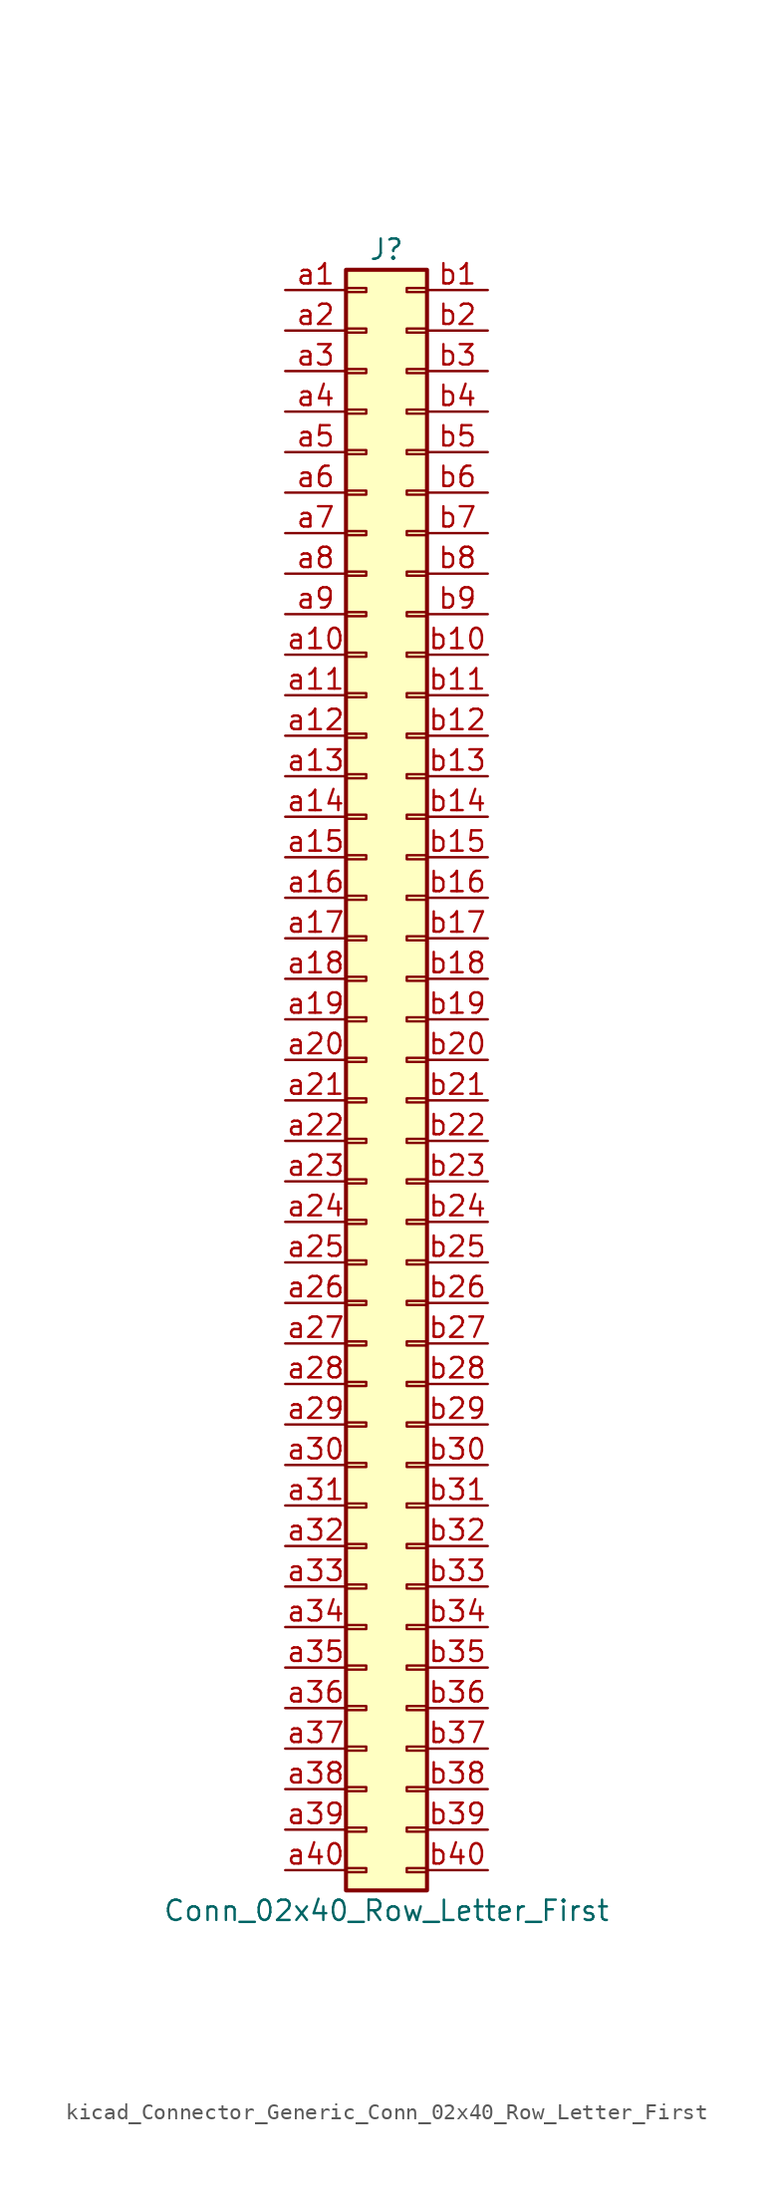
<source format=kicad_sym>
(kicad_symbol_lib
  (version 20220914)
  (generator kicad_symbol_editor)
  (symbol "kicad_Connector_Generic_Conn_02x40_Row_Letter_First"
    (pin_names
      (offset 1.016) hide)
    (property "Reference" "J"
      (at 1.27 50.8 0)
      (effects (font (size 1.27 1.27))))
    (property "Value" "Conn_02x40_Row_Letter_First"
      (at 1.27 -53.34 0)
      (effects (font (size 1.27 1.27))))
    (symbol "kicad_Connector_Generic_Conn_02x40_Row_Letter_First_1_1"
      (rectangle (start -1.27 -50.673) (end 0 -50.927) (stroke (width 0.152) (type default)) (fill (type none)))
      (rectangle (start -1.27 -48.133) (end 0 -48.387) (stroke (width 0.152) (type default)) (fill (type none)))
      (rectangle (start -1.27 -45.593) (end 0 -45.847) (stroke (width 0.152) (type default)) (fill (type none)))
      (rectangle (start -1.27 -43.053) (end 0 -43.307) (stroke (width 0.152) (type default)) (fill (type none)))
      (rectangle (start -1.27 -40.513) (end 0 -40.767) (stroke (width 0.152) (type default)) (fill (type none)))
      (rectangle (start -1.27 -37.973) (end 0 -38.227) (stroke (width 0.152) (type default)) (fill (type none)))
      (rectangle (start -1.27 -35.433) (end 0 -35.687) (stroke (width 0.152) (type default)) (fill (type none)))
      (rectangle (start -1.27 -32.893) (end 0 -33.147) (stroke (width 0.152) (type default)) (fill (type none)))
      (rectangle (start -1.27 -30.353) (end 0 -30.607) (stroke (width 0.152) (type default)) (fill (type none)))
      (rectangle (start -1.27 -27.813) (end 0 -28.067) (stroke (width 0.152) (type default)) (fill (type none)))
      (rectangle (start -1.27 -25.273) (end 0 -25.527) (stroke (width 0.152) (type default)) (fill (type none)))
      (rectangle (start -1.27 -22.733) (end 0 -22.987) (stroke (width 0.152) (type default)) (fill (type none)))
      (rectangle (start -1.27 -20.193) (end 0 -20.447) (stroke (width 0.152) (type default)) (fill (type none)))
      (rectangle (start -1.27 -17.653) (end 0 -17.907) (stroke (width 0.152) (type default)) (fill (type none)))
      (rectangle (start -1.27 -15.113) (end 0 -15.367) (stroke (width 0.152) (type default)) (fill (type none)))
      (rectangle (start -1.27 -12.573) (end 0 -12.827) (stroke (width 0.152) (type default)) (fill (type none)))
      (rectangle (start -1.27 -10.033) (end 0 -10.287) (stroke (width 0.152) (type default)) (fill (type none)))
      (rectangle (start -1.27 -7.493) (end 0 -7.747) (stroke (width 0.152) (type default)) (fill (type none)))
      (rectangle (start -1.27 -4.953) (end 0 -5.207) (stroke (width 0.152) (type default)) (fill (type none)))
      (rectangle (start -1.27 -2.413) (end 0 -2.667) (stroke (width 0.152) (type default)) (fill (type none)))
      (rectangle (start -1.27 0.127) (end 0 -0.127) (stroke (width 0.152) (type default)) (fill (type none)))
      (rectangle (start -1.27 2.667) (end 0 2.413) (stroke (width 0.152) (type default)) (fill (type none)))
      (rectangle (start -1.27 5.207) (end 0 4.953) (stroke (width 0.152) (type default)) (fill (type none)))
      (rectangle (start -1.27 7.747) (end 0 7.493) (stroke (width 0.152) (type default)) (fill (type none)))
      (rectangle (start -1.27 10.287) (end 0 10.033) (stroke (width 0.152) (type default)) (fill (type none)))
      (rectangle (start -1.27 12.827) (end 0 12.573) (stroke (width 0.152) (type default)) (fill (type none)))
      (rectangle (start -1.27 15.367) (end 0 15.113) (stroke (width 0.152) (type default)) (fill (type none)))
      (rectangle (start -1.27 17.907) (end 0 17.653) (stroke (width 0.152) (type default)) (fill (type none)))
      (rectangle (start -1.27 20.447) (end 0 20.193) (stroke (width 0.152) (type default)) (fill (type none)))
      (rectangle (start -1.27 22.987) (end 0 22.733) (stroke (width 0.152) (type default)) (fill (type none)))
      (rectangle (start -1.27 25.527) (end 0 25.273) (stroke (width 0.152) (type default)) (fill (type none)))
      (rectangle (start -1.27 28.067) (end 0 27.813) (stroke (width 0.152) (type default)) (fill (type none)))
      (rectangle (start -1.27 30.607) (end 0 30.353) (stroke (width 0.152) (type default)) (fill (type none)))
      (rectangle (start -1.27 33.147) (end 0 32.893) (stroke (width 0.152) (type default)) (fill (type none)))
      (rectangle (start -1.27 35.687) (end 0 35.433) (stroke (width 0.152) (type default)) (fill (type none)))
      (rectangle (start -1.27 38.227) (end 0 37.973) (stroke (width 0.152) (type default)) (fill (type none)))
      (rectangle (start -1.27 40.767) (end 0 40.513) (stroke (width 0.152) (type default)) (fill (type none)))
      (rectangle (start -1.27 43.307) (end 0 43.053) (stroke (width 0.152) (type default)) (fill (type none)))
      (rectangle (start -1.27 45.847) (end 0 45.593) (stroke (width 0.152) (type default)) (fill (type none)))
      (rectangle (start -1.27 48.387) (end 0 48.133) (stroke (width 0.152) (type default)) (fill (type none)))
      (rectangle (start -1.27 49.53) (end 3.81 -52.07) (stroke (width 0.254) (type default)) (fill (type background)))
      (rectangle (start 3.81 -50.673) (end 2.54 -50.927) (stroke (width 0.152) (type default)) (fill (type none)))
      (rectangle (start 3.81 -48.133) (end 2.54 -48.387) (stroke (width 0.152) (type default)) (fill (type none)))
      (rectangle (start 3.81 -45.593) (end 2.54 -45.847) (stroke (width 0.152) (type default)) (fill (type none)))
      (rectangle (start 3.81 -43.053) (end 2.54 -43.307) (stroke (width 0.152) (type default)) (fill (type none)))
      (rectangle (start 3.81 -40.513) (end 2.54 -40.767) (stroke (width 0.152) (type default)) (fill (type none)))
      (rectangle (start 3.81 -37.973) (end 2.54 -38.227) (stroke (width 0.152) (type default)) (fill (type none)))
      (rectangle (start 3.81 -35.433) (end 2.54 -35.687) (stroke (width 0.152) (type default)) (fill (type none)))
      (rectangle (start 3.81 -32.893) (end 2.54 -33.147) (stroke (width 0.152) (type default)) (fill (type none)))
      (rectangle (start 3.81 -30.353) (end 2.54 -30.607) (stroke (width 0.152) (type default)) (fill (type none)))
      (rectangle (start 3.81 -27.813) (end 2.54 -28.067) (stroke (width 0.152) (type default)) (fill (type none)))
      (rectangle (start 3.81 -25.273) (end 2.54 -25.527) (stroke (width 0.152) (type default)) (fill (type none)))
      (rectangle (start 3.81 -22.733) (end 2.54 -22.987) (stroke (width 0.152) (type default)) (fill (type none)))
      (rectangle (start 3.81 -20.193) (end 2.54 -20.447) (stroke (width 0.152) (type default)) (fill (type none)))
      (rectangle (start 3.81 -17.653) (end 2.54 -17.907) (stroke (width 0.152) (type default)) (fill (type none)))
      (rectangle (start 3.81 -15.113) (end 2.54 -15.367) (stroke (width 0.152) (type default)) (fill (type none)))
      (rectangle (start 3.81 -12.573) (end 2.54 -12.827) (stroke (width 0.152) (type default)) (fill (type none)))
      (rectangle (start 3.81 -10.033) (end 2.54 -10.287) (stroke (width 0.152) (type default)) (fill (type none)))
      (rectangle (start 3.81 -7.493) (end 2.54 -7.747) (stroke (width 0.152) (type default)) (fill (type none)))
      (rectangle (start 3.81 -4.953) (end 2.54 -5.207) (stroke (width 0.152) (type default)) (fill (type none)))
      (rectangle (start 3.81 -2.413) (end 2.54 -2.667) (stroke (width 0.152) (type default)) (fill (type none)))
      (rectangle (start 3.81 0.127) (end 2.54 -0.127) (stroke (width 0.152) (type default)) (fill (type none)))
      (rectangle (start 3.81 2.667) (end 2.54 2.413) (stroke (width 0.152) (type default)) (fill (type none)))
      (rectangle (start 3.81 5.207) (end 2.54 4.953) (stroke (width 0.152) (type default)) (fill (type none)))
      (rectangle (start 3.81 7.747) (end 2.54 7.493) (stroke (width 0.152) (type default)) (fill (type none)))
      (rectangle (start 3.81 10.287) (end 2.54 10.033) (stroke (width 0.152) (type default)) (fill (type none)))
      (rectangle (start 3.81 12.827) (end 2.54 12.573) (stroke (width 0.152) (type default)) (fill (type none)))
      (rectangle (start 3.81 15.367) (end 2.54 15.113) (stroke (width 0.152) (type default)) (fill (type none)))
      (rectangle (start 3.81 17.907) (end 2.54 17.653) (stroke (width 0.152) (type default)) (fill (type none)))
      (rectangle (start 3.81 20.447) (end 2.54 20.193) (stroke (width 0.152) (type default)) (fill (type none)))
      (rectangle (start 3.81 22.987) (end 2.54 22.733) (stroke (width 0.152) (type default)) (fill (type none)))
      (rectangle (start 3.81 25.527) (end 2.54 25.273) (stroke (width 0.152) (type default)) (fill (type none)))
      (rectangle (start 3.81 28.067) (end 2.54 27.813) (stroke (width 0.152) (type default)) (fill (type none)))
      (rectangle (start 3.81 30.607) (end 2.54 30.353) (stroke (width 0.152) (type default)) (fill (type none)))
      (rectangle (start 3.81 33.147) (end 2.54 32.893) (stroke (width 0.152) (type default)) (fill (type none)))
      (rectangle (start 3.81 35.687) (end 2.54 35.433) (stroke (width 0.152) (type default)) (fill (type none)))
      (rectangle (start 3.81 38.227) (end 2.54 37.973) (stroke (width 0.152) (type default)) (fill (type none)))
      (rectangle (start 3.81 40.767) (end 2.54 40.513) (stroke (width 0.152) (type default)) (fill (type none)))
      (rectangle (start 3.81 43.307) (end 2.54 43.053) (stroke (width 0.152) (type default)) (fill (type none)))
      (rectangle (start 3.81 45.847) (end 2.54 45.593) (stroke (width 0.152) (type default)) (fill (type none)))
      (rectangle (start 3.81 48.387) (end 2.54 48.133) (stroke (width 0.152) (type default)) (fill (type none)))
      (pin passive line (at -5.08 48.26 0) (length 3.81) (name "Pin_a1" (effects (font (size 1.27 1.27)))) (number "a1" (effects (font (size 1.27 1.27)))))
      (pin passive line (at -5.08 25.4 0) (length 3.81) (name "Pin_a10" (effects (font (size 1.27 1.27)))) (number "a10" (effects (font (size 1.27 1.27)))))
      (pin passive line (at -5.08 22.86 0) (length 3.81) (name "Pin_a11" (effects (font (size 1.27 1.27)))) (number "a11" (effects (font (size 1.27 1.27)))))
      (pin passive line (at -5.08 20.32 0) (length 3.81) (name "Pin_a12" (effects (font (size 1.27 1.27)))) (number "a12" (effects (font (size 1.27 1.27)))))
      (pin passive line (at -5.08 17.78 0) (length 3.81) (name "Pin_a13" (effects (font (size 1.27 1.27)))) (number "a13" (effects (font (size 1.27 1.27)))))
      (pin passive line (at -5.08 15.24 0) (length 3.81) (name "Pin_a14" (effects (font (size 1.27 1.27)))) (number "a14" (effects (font (size 1.27 1.27)))))
      (pin passive line (at -5.08 12.7 0) (length 3.81) (name "Pin_a15" (effects (font (size 1.27 1.27)))) (number "a15" (effects (font (size 1.27 1.27)))))
      (pin passive line (at -5.08 10.16 0) (length 3.81) (name "Pin_a16" (effects (font (size 1.27 1.27)))) (number "a16" (effects (font (size 1.27 1.27)))))
      (pin passive line (at -5.08 7.62 0) (length 3.81) (name "Pin_a17" (effects (font (size 1.27 1.27)))) (number "a17" (effects (font (size 1.27 1.27)))))
      (pin passive line (at -5.08 5.08 0) (length 3.81) (name "Pin_a18" (effects (font (size 1.27 1.27)))) (number "a18" (effects (font (size 1.27 1.27)))))
      (pin passive line (at -5.08 2.54 0) (length 3.81) (name "Pin_a19" (effects (font (size 1.27 1.27)))) (number "a19" (effects (font (size 1.27 1.27)))))
      (pin passive line (at -5.08 45.72 0) (length 3.81) (name "Pin_a2" (effects (font (size 1.27 1.27)))) (number "a2" (effects (font (size 1.27 1.27)))))
      (pin passive line (at -5.08 0 0) (length 3.81) (name "Pin_a20" (effects (font (size 1.27 1.27)))) (number "a20" (effects (font (size 1.27 1.27)))))
      (pin passive line (at -5.08 -2.54 0) (length 3.81) (name "Pin_a21" (effects (font (size 1.27 1.27)))) (number "a21" (effects (font (size 1.27 1.27)))))
      (pin passive line (at -5.08 -5.08 0) (length 3.81) (name "Pin_a22" (effects (font (size 1.27 1.27)))) (number "a22" (effects (font (size 1.27 1.27)))))
      (pin passive line (at -5.08 -7.62 0) (length 3.81) (name "Pin_a23" (effects (font (size 1.27 1.27)))) (number "a23" (effects (font (size 1.27 1.27)))))
      (pin passive line (at -5.08 -10.16 0) (length 3.81) (name "Pin_a24" (effects (font (size 1.27 1.27)))) (number "a24" (effects (font (size 1.27 1.27)))))
      (pin passive line (at -5.08 -12.7 0) (length 3.81) (name "Pin_a25" (effects (font (size 1.27 1.27)))) (number "a25" (effects (font (size 1.27 1.27)))))
      (pin passive line (at -5.08 -15.24 0) (length 3.81) (name "Pin_a26" (effects (font (size 1.27 1.27)))) (number "a26" (effects (font (size 1.27 1.27)))))
      (pin passive line (at -5.08 -17.78 0) (length 3.81) (name "Pin_a27" (effects (font (size 1.27 1.27)))) (number "a27" (effects (font (size 1.27 1.27)))))
      (pin passive line (at -5.08 -20.32 0) (length 3.81) (name "Pin_a28" (effects (font (size 1.27 1.27)))) (number "a28" (effects (font (size 1.27 1.27)))))
      (pin passive line (at -5.08 -22.86 0) (length 3.81) (name "Pin_a29" (effects (font (size 1.27 1.27)))) (number "a29" (effects (font (size 1.27 1.27)))))
      (pin passive line (at -5.08 43.18 0) (length 3.81) (name "Pin_a3" (effects (font (size 1.27 1.27)))) (number "a3" (effects (font (size 1.27 1.27)))))
      (pin passive line (at -5.08 -25.4 0) (length 3.81) (name "Pin_a30" (effects (font (size 1.27 1.27)))) (number "a30" (effects (font (size 1.27 1.27)))))
      (pin passive line (at -5.08 -27.94 0) (length 3.81) (name "Pin_a31" (effects (font (size 1.27 1.27)))) (number "a31" (effects (font (size 1.27 1.27)))))
      (pin passive line (at -5.08 -30.48 0) (length 3.81) (name "Pin_a32" (effects (font (size 1.27 1.27)))) (number "a32" (effects (font (size 1.27 1.27)))))
      (pin passive line (at -5.08 -33.02 0) (length 3.81) (name "Pin_a33" (effects (font (size 1.27 1.27)))) (number "a33" (effects (font (size 1.27 1.27)))))
      (pin passive line (at -5.08 -35.56 0) (length 3.81) (name "Pin_a34" (effects (font (size 1.27 1.27)))) (number "a34" (effects (font (size 1.27 1.27)))))
      (pin passive line (at -5.08 -38.1 0) (length 3.81) (name "Pin_a35" (effects (font (size 1.27 1.27)))) (number "a35" (effects (font (size 1.27 1.27)))))
      (pin passive line (at -5.08 -40.64 0) (length 3.81) (name "Pin_a36" (effects (font (size 1.27 1.27)))) (number "a36" (effects (font (size 1.27 1.27)))))
      (pin passive line (at -5.08 -43.18 0) (length 3.81) (name "Pin_a37" (effects (font (size 1.27 1.27)))) (number "a37" (effects (font (size 1.27 1.27)))))
      (pin passive line (at -5.08 -45.72 0) (length 3.81) (name "Pin_a38" (effects (font (size 1.27 1.27)))) (number "a38" (effects (font (size 1.27 1.27)))))
      (pin passive line (at -5.08 -48.26 0) (length 3.81) (name "Pin_a39" (effects (font (size 1.27 1.27)))) (number "a39" (effects (font (size 1.27 1.27)))))
      (pin passive line (at -5.08 40.64 0) (length 3.81) (name "Pin_a4" (effects (font (size 1.27 1.27)))) (number "a4" (effects (font (size 1.27 1.27)))))
      (pin passive line (at -5.08 -50.8 0) (length 3.81) (name "Pin_a40" (effects (font (size 1.27 1.27)))) (number "a40" (effects (font (size 1.27 1.27)))))
      (pin passive line (at -5.08 38.1 0) (length 3.81) (name "Pin_a5" (effects (font (size 1.27 1.27)))) (number "a5" (effects (font (size 1.27 1.27)))))
      (pin passive line (at -5.08 35.56 0) (length 3.81) (name "Pin_a6" (effects (font (size 1.27 1.27)))) (number "a6" (effects (font (size 1.27 1.27)))))
      (pin passive line (at -5.08 33.02 0) (length 3.81) (name "Pin_a7" (effects (font (size 1.27 1.27)))) (number "a7" (effects (font (size 1.27 1.27)))))
      (pin passive line (at -5.08 30.48 0) (length 3.81) (name "Pin_a8" (effects (font (size 1.27 1.27)))) (number "a8" (effects (font (size 1.27 1.27)))))
      (pin passive line (at -5.08 27.94 0) (length 3.81) (name "Pin_a9" (effects (font (size 1.27 1.27)))) (number "a9" (effects (font (size 1.27 1.27)))))
      (pin passive line (at 7.62 48.26 180) (length 3.81) (name "Pin_b1" (effects (font (size 1.27 1.27)))) (number "b1" (effects (font (size 1.27 1.27)))))
      (pin passive line (at 7.62 25.4 180) (length 3.81) (name "Pin_b10" (effects (font (size 1.27 1.27)))) (number "b10" (effects (font (size 1.27 1.27)))))
      (pin passive line (at 7.62 22.86 180) (length 3.81) (name "Pin_b11" (effects (font (size 1.27 1.27)))) (number "b11" (effects (font (size 1.27 1.27)))))
      (pin passive line (at 7.62 20.32 180) (length 3.81) (name "Pin_b12" (effects (font (size 1.27 1.27)))) (number "b12" (effects (font (size 1.27 1.27)))))
      (pin passive line (at 7.62 17.78 180) (length 3.81) (name "Pin_b13" (effects (font (size 1.27 1.27)))) (number "b13" (effects (font (size 1.27 1.27)))))
      (pin passive line (at 7.62 15.24 180) (length 3.81) (name "Pin_b14" (effects (font (size 1.27 1.27)))) (number "b14" (effects (font (size 1.27 1.27)))))
      (pin passive line (at 7.62 12.7 180) (length 3.81) (name "Pin_b15" (effects (font (size 1.27 1.27)))) (number "b15" (effects (font (size 1.27 1.27)))))
      (pin passive line (at 7.62 10.16 180) (length 3.81) (name "Pin_b16" (effects (font (size 1.27 1.27)))) (number "b16" (effects (font (size 1.27 1.27)))))
      (pin passive line (at 7.62 7.62 180) (length 3.81) (name "Pin_b17" (effects (font (size 1.27 1.27)))) (number "b17" (effects (font (size 1.27 1.27)))))
      (pin passive line (at 7.62 5.08 180) (length 3.81) (name "Pin_b18" (effects (font (size 1.27 1.27)))) (number "b18" (effects (font (size 1.27 1.27)))))
      (pin passive line (at 7.62 2.54 180) (length 3.81) (name "Pin_b19" (effects (font (size 1.27 1.27)))) (number "b19" (effects (font (size 1.27 1.27)))))
      (pin passive line (at 7.62 45.72 180) (length 3.81) (name "Pin_b2" (effects (font (size 1.27 1.27)))) (number "b2" (effects (font (size 1.27 1.27)))))
      (pin passive line (at 7.62 0 180) (length 3.81) (name "Pin_b20" (effects (font (size 1.27 1.27)))) (number "b20" (effects (font (size 1.27 1.27)))))
      (pin passive line (at 7.62 -2.54 180) (length 3.81) (name "Pin_b21" (effects (font (size 1.27 1.27)))) (number "b21" (effects (font (size 1.27 1.27)))))
      (pin passive line (at 7.62 -5.08 180) (length 3.81) (name "Pin_b22" (effects (font (size 1.27 1.27)))) (number "b22" (effects (font (size 1.27 1.27)))))
      (pin passive line (at 7.62 -7.62 180) (length 3.81) (name "Pin_b23" (effects (font (size 1.27 1.27)))) (number "b23" (effects (font (size 1.27 1.27)))))
      (pin passive line (at 7.62 -10.16 180) (length 3.81) (name "Pin_b24" (effects (font (size 1.27 1.27)))) (number "b24" (effects (font (size 1.27 1.27)))))
      (pin passive line (at 7.62 -12.7 180) (length 3.81) (name "Pin_b25" (effects (font (size 1.27 1.27)))) (number "b25" (effects (font (size 1.27 1.27)))))
      (pin passive line (at 7.62 -15.24 180) (length 3.81) (name "Pin_b26" (effects (font (size 1.27 1.27)))) (number "b26" (effects (font (size 1.27 1.27)))))
      (pin passive line (at 7.62 -17.78 180) (length 3.81) (name "Pin_b27" (effects (font (size 1.27 1.27)))) (number "b27" (effects (font (size 1.27 1.27)))))
      (pin passive line (at 7.62 -20.32 180) (length 3.81) (name "Pin_b28" (effects (font (size 1.27 1.27)))) (number "b28" (effects (font (size 1.27 1.27)))))
      (pin passive line (at 7.62 -22.86 180) (length 3.81) (name "Pin_b29" (effects (font (size 1.27 1.27)))) (number "b29" (effects (font (size 1.27 1.27)))))
      (pin passive line (at 7.62 43.18 180) (length 3.81) (name "Pin_b3" (effects (font (size 1.27 1.27)))) (number "b3" (effects (font (size 1.27 1.27)))))
      (pin passive line (at 7.62 -25.4 180) (length 3.81) (name "Pin_b30" (effects (font (size 1.27 1.27)))) (number "b30" (effects (font (size 1.27 1.27)))))
      (pin passive line (at 7.62 -27.94 180) (length 3.81) (name "Pin_b31" (effects (font (size 1.27 1.27)))) (number "b31" (effects (font (size 1.27 1.27)))))
      (pin passive line (at 7.62 -30.48 180) (length 3.81) (name "Pin_b32" (effects (font (size 1.27 1.27)))) (number "b32" (effects (font (size 1.27 1.27)))))
      (pin passive line (at 7.62 -33.02 180) (length 3.81) (name "Pin_b33" (effects (font (size 1.27 1.27)))) (number "b33" (effects (font (size 1.27 1.27)))))
      (pin passive line (at 7.62 -35.56 180) (length 3.81) (name "Pin_b34" (effects (font (size 1.27 1.27)))) (number "b34" (effects (font (size 1.27 1.27)))))
      (pin passive line (at 7.62 -38.1 180) (length 3.81) (name "Pin_b35" (effects (font (size 1.27 1.27)))) (number "b35" (effects (font (size 1.27 1.27)))))
      (pin passive line (at 7.62 -40.64 180) (length 3.81) (name "Pin_b36" (effects (font (size 1.27 1.27)))) (number "b36" (effects (font (size 1.27 1.27)))))
      (pin passive line (at 7.62 -43.18 180) (length 3.81) (name "Pin_b37" (effects (font (size 1.27 1.27)))) (number "b37" (effects (font (size 1.27 1.27)))))
      (pin passive line (at 7.62 -45.72 180) (length 3.81) (name "Pin_b38" (effects (font (size 1.27 1.27)))) (number "b38" (effects (font (size 1.27 1.27)))))
      (pin passive line (at 7.62 -48.26 180) (length 3.81) (name "Pin_b39" (effects (font (size 1.27 1.27)))) (number "b39" (effects (font (size 1.27 1.27)))))
      (pin passive line (at 7.62 40.64 180) (length 3.81) (name "Pin_b4" (effects (font (size 1.27 1.27)))) (number "b4" (effects (font (size 1.27 1.27)))))
      (pin passive line (at 7.62 -50.8 180) (length 3.81) (name "Pin_b40" (effects (font (size 1.27 1.27)))) (number "b40" (effects (font (size 1.27 1.27)))))
      (pin passive line (at 7.62 38.1 180) (length 3.81) (name "Pin_b5" (effects (font (size 1.27 1.27)))) (number "b5" (effects (font (size 1.27 1.27)))))
      (pin passive line (at 7.62 35.56 180) (length 3.81) (name "Pin_b6" (effects (font (size 1.27 1.27)))) (number "b6" (effects (font (size 1.27 1.27)))))
      (pin passive line (at 7.62 33.02 180) (length 3.81) (name "Pin_b7" (effects (font (size 1.27 1.27)))) (number "b7" (effects (font (size 1.27 1.27)))))
      (pin passive line (at 7.62 30.48 180) (length 3.81) (name "Pin_b8" (effects (font (size 1.27 1.27)))) (number "b8" (effects (font (size 1.27 1.27)))))
      (pin passive line (at 7.62 27.94 180) (length 3.81) (name "Pin_b9" (effects (font (size 1.27 1.27)))) (number "b9" (effects (font (size 1.27 1.27))))))))
</source>
